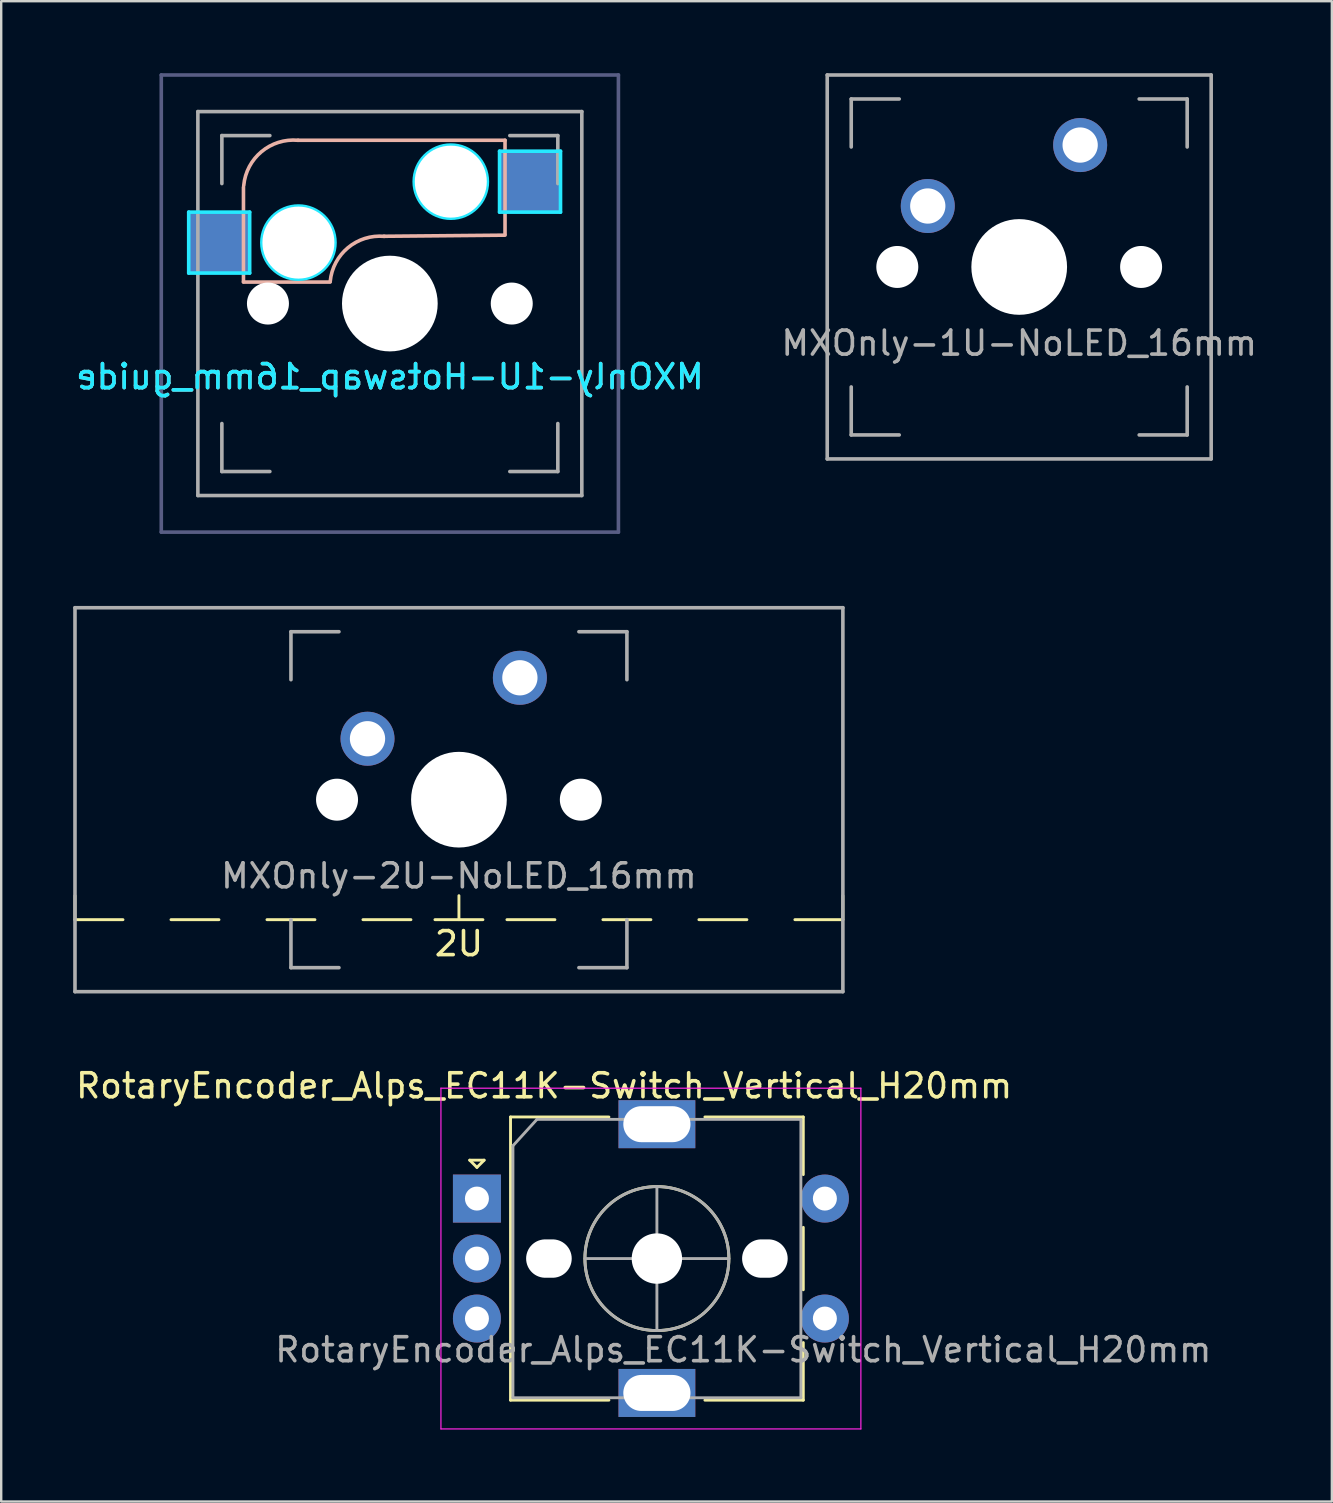
<source format=kicad_pcb>
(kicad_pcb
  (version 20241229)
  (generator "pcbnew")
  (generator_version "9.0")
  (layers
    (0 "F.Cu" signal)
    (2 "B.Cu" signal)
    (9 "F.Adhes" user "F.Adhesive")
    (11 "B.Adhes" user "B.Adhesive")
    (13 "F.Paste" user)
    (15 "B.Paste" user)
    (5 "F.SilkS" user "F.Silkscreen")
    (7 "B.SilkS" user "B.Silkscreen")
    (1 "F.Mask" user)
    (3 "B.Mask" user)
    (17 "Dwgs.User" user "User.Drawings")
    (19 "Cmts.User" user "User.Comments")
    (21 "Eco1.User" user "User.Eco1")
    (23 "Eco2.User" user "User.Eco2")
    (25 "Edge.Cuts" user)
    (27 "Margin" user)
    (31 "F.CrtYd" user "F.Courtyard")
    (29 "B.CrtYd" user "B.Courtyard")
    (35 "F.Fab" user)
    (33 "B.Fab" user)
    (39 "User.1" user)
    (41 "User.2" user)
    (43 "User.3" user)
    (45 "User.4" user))
  (footprint "MXOnly-2U-NoLED_16mm"
    (layer "F.Cu")
    (at 16.075 30.275)
    (property "Reference" "MXOnly-2U-NoLED_16mm" (at 0 3.175 0) (layer "F.Fab") (effects (font (size 1 1) (thickness 0.15))))
    (attr through_hole)
    (fp_line (start -16 5) (end -16 4) (stroke (width 0.12) (type solid)) (layer "F.SilkS"))
    (fp_line (start -14 5) (end -16 5) (stroke (width 0.12) (type solid)) (layer "F.SilkS"))
    (fp_line (start -10 5) (end -12 5) (stroke (width 0.12) (type solid)) (layer "F.SilkS"))
    (fp_line (start -6 5) (end -8 5) (stroke (width 0.12) (type solid)) (layer "F.SilkS"))
    (fp_line (start -2 5) (end -4 5) (stroke (width 0.12) (type solid)) (layer "F.SilkS"))
    (fp_line (start 0 4) (end 0 5) (stroke (width 0.12) (type solid)) (layer "F.SilkS"))
    (fp_line (start 1 5) (end -1 5) (stroke (width 0.12) (type solid)) (layer "F.SilkS"))
    (fp_line (start 4 5) (end 2 5) (stroke (width 0.12) (type solid)) (layer "F.SilkS"))
    (fp_line (start 8 5) (end 6 5) (stroke (width 0.12) (type solid)) (layer "F.SilkS"))
    (fp_line (start 12 5) (end 10 5) (stroke (width 0.12) (type solid)) (layer "F.SilkS"))
    (fp_line (start 16 4) (end 16 5) (stroke (width 0.12) (type solid)) (layer "F.SilkS"))
    (fp_line (start 16 5) (end 14 5) (stroke (width 0.12) (type solid)) (layer "F.SilkS"))
    (fp_line (start -16 -8) (end 16 -8) (stroke (width 0.15) (type solid)) (layer "F.Fab"))
    (fp_line (start -16 8) (end -16 -8) (stroke (width 0.15) (type solid)) (layer "F.Fab"))
    (fp_line (start -7 -7) (end -7 -5) (stroke (width 0.15) (type solid)) (layer "F.Fab"))
    (fp_line (start -7 5) (end -7 7) (stroke (width 0.15) (type solid)) (layer "F.Fab"))
    (fp_line (start -7 7) (end -5 7) (stroke (width 0.15) (type solid)) (layer "F.Fab"))
    (fp_line (start -5 -7) (end -7 -7) (stroke (width 0.15) (type solid)) (layer "F.Fab"))
    (fp_line (start 5 -7) (end 7 -7) (stroke (width 0.15) (type solid)) (layer "F.Fab"))
    (fp_line (start 5 7) (end 7 7) (stroke (width 0.15) (type solid)) (layer "F.Fab"))
    (fp_line (start 7 -7) (end 7 -5) (stroke (width 0.15) (type solid)) (layer "F.Fab"))
    (fp_line (start 7 7) (end 7 5) (stroke (width 0.15) (type solid)) (layer "F.Fab"))
    (fp_line (start 16 -8) (end 16 8) (stroke (width 0.15) (type solid)) (layer "F.Fab"))
    (fp_line (start 16 8) (end -16 8) (stroke (width 0.15) (type solid)) (layer "F.Fab"))
    (fp_text user "2U" (at 0 6 0) (layer "F.SilkS") (effects (font (size 1 1) (thickness 0.15))))
    (pad "" np_thru_hole circle (at -5.08 0 48.1) (size 1.75 1.75) (drill 1.75) (layers "*.Cu" "*.Mask"))
    (pad "" np_thru_hole circle (at 0 0) (size 3.988 3.988) (drill 3.988) (layers "*.Cu" "*.Mask"))
    (pad "" np_thru_hole circle (at 5.08 0 48.1) (size 1.75 1.75) (drill 1.75) (layers "*.Cu" "*.Mask"))
    (pad "1" thru_hole circle (at -3.81 -2.54) (size 2.25 2.25) (drill 1.47) (layers "*.Cu" "B.Mask"))
    (pad "2" thru_hole circle (at 2.54 -5.08) (size 2.25 2.25) (drill 1.47) (layers "*.Cu" "B.Mask")))
  (footprint "MXOnly-1U-NoLED_16mm"
    (layer "F.Cu")
    (at 39.423 8.075)
    (property "Reference" "MXOnly-1U-NoLED_16mm" (at 0 3.175 0) (layer "F.Fab") (effects (font (size 1 1) (thickness 0.15))))
    (attr through_hole)
    (fp_line (start -8 -8) (end 8 -8) (stroke (width 0.15) (type solid)) (layer "F.Fab"))
    (fp_line (start -8 8) (end -8 -8) (stroke (width 0.15) (type solid)) (layer "F.Fab"))
    (fp_line (start -7 -7) (end -7 -5) (stroke (width 0.15) (type solid)) (layer "F.Fab"))
    (fp_line (start -7 5) (end -7 7) (stroke (width 0.15) (type solid)) (layer "F.Fab"))
    (fp_line (start -7 7) (end -5 7) (stroke (width 0.15) (type solid)) (layer "F.Fab"))
    (fp_line (start -5 -7) (end -7 -7) (stroke (width 0.15) (type solid)) (layer "F.Fab"))
    (fp_line (start 5 -7) (end 7 -7) (stroke (width 0.15) (type solid)) (layer "F.Fab"))
    (fp_line (start 5 7) (end 7 7) (stroke (width 0.15) (type solid)) (layer "F.Fab"))
    (fp_line (start 7 -7) (end 7 -5) (stroke (width 0.15) (type solid)) (layer "F.Fab"))
    (fp_line (start 7 7) (end 7 5) (stroke (width 0.15) (type solid)) (layer "F.Fab"))
    (fp_line (start 8 -8) (end 8 8) (stroke (width 0.15) (type solid)) (layer "F.Fab"))
    (fp_line (start 8 8) (end -8 8) (stroke (width 0.15) (type solid)) (layer "F.Fab"))
    (pad "" np_thru_hole circle (at -5.08 0 48.1) (size 1.75 1.75) (drill 1.75) (layers "*.Cu" "*.Mask"))
    (pad "" np_thru_hole circle (at 0 0) (size 3.988 3.988) (drill 3.988) (layers "*.Cu" "*.Mask"))
    (pad "" np_thru_hole circle (at 5.08 0 48.1) (size 1.75 1.75) (drill 1.75) (layers "*.Cu" "*.Mask"))
    (pad "1" thru_hole circle (at -3.81 -2.54) (size 2.25 2.25) (drill 1.47) (layers "*.Cu" "B.Mask"))
    (pad "2" thru_hole circle (at 2.54 -5.08) (size 2.25 2.25) (drill 1.47) (layers "*.Cu" "B.Mask")))
  (footprint "RotaryEncoder_Alps_EC11K-Switch_Vertical_H20mm"
    (layer "F.Cu")
    (at 16.825 46.898)
    (property "Reference" "RotaryEncoder_Alps_EC11K-Switch_Vertical_H20mm" (at 2.8 -4.7 0) (layer "F.SilkS") (effects (font (size 1 1) (thickness 0.15))))
    (attr through_hole)
    (fp_line (start -0.3 -1.6) (end 0.3 -1.6) (stroke (width 0.12) (type solid)) (layer "F.SilkS"))
    (fp_line (start 0 -1.3) (end -0.3 -1.6) (stroke (width 0.12) (type solid)) (layer "F.SilkS"))
    (fp_line (start 0.3 -1.6) (end 0 -1.3) (stroke (width 0.12) (type solid)) (layer "F.SilkS"))
    (fp_line (start 1.4 -3.4) (end 1.4 8.4) (stroke (width 0.12) (type solid)) (layer "F.SilkS"))
    (fp_line (start 5.5 -3.4) (end 1.4 -3.4) (stroke (width 0.12) (type solid)) (layer "F.SilkS"))
    (fp_line (start 5.5 8.4) (end 1.4 8.4) (stroke (width 0.12) (type solid)) (layer "F.SilkS"))
    (fp_line (start 7 2.5) (end 8 2.5) (stroke (width 0.12) (type solid)) (layer "F.SilkS"))
    (fp_line (start 7.5 2) (end 7.5 3) (stroke (width 0.12) (type solid)) (layer "F.SilkS"))
    (fp_line (start 9.5 -3.4) (end 13.6 -3.4) (stroke (width 0.12) (type solid)) (layer "F.SilkS"))
    (fp_line (start 13.6 -3.4) (end 13.6 -1) (stroke (width 0.12) (type solid)) (layer "F.SilkS"))
    (fp_line (start 13.6 1.2) (end 13.6 3.8) (stroke (width 0.12) (type solid)) (layer "F.SilkS"))
    (fp_line (start 13.6 6) (end 13.6 8.4) (stroke (width 0.12) (type solid)) (layer "F.SilkS"))
    (fp_line (start 13.6 8.4) (end 9.5 8.4) (stroke (width 0.12) (type solid)) (layer "F.SilkS"))
    (fp_circle (center 7.5 2.5) (end 10.5 2.5) (stroke (width 0.12) (type solid)) (fill no) (layer "F.SilkS"))
    (fp_line (start -1.5 -4.6) (end -1.5 9.6) (stroke (width 0.05) (type solid)) (layer "F.CrtYd"))
    (fp_line (start -1.5 -4.6) (end 16 -4.6) (stroke (width 0.05) (type solid)) (layer "F.CrtYd"))
    (fp_line (start 16 9.6) (end -1.5 9.6) (stroke (width 0.05) (type solid)) (layer "F.CrtYd"))
    (fp_line (start 16 9.6) (end 16 -4.6) (stroke (width 0.05) (type solid)) (layer "F.CrtYd"))
    (fp_line (start 1.5 -2.2) (end 2.5 -3.3) (stroke (width 0.12) (type solid)) (layer "F.Fab"))
    (fp_line (start 1.5 8.3) (end 1.5 -2.2) (stroke (width 0.12) (type solid)) (layer "F.Fab"))
    (fp_line (start 2.5 -3.3) (end 13.5 -3.3) (stroke (width 0.12) (type solid)) (layer "F.Fab"))
    (fp_line (start 4.5 2.5) (end 10.5 2.5) (stroke (width 0.12) (type solid)) (layer "F.Fab"))
    (fp_line (start 7.5 -0.5) (end 7.5 5.5) (stroke (width 0.12) (type solid)) (layer "F.Fab"))
    (fp_line (start 13.5 -3.3) (end 13.5 8.3) (stroke (width 0.12) (type solid)) (layer "F.Fab"))
    (fp_line (start 13.5 8.3) (end 1.5 8.3) (stroke (width 0.12) (type solid)) (layer "F.Fab"))
    (fp_circle (center 7.5 2.5) (end 10.5 2.5) (stroke (width 0.12) (type solid)) (fill no) (layer "F.Fab"))
    (fp_text user "${REFERENCE}" (at 11.1 6.3 0) (layer "F.Fab") (effects (font (size 1 1) (thickness 0.15))))
    (pad "" np_thru_hole oval (at 3 2.5) (size 1.9 1.6) (drill oval 1.9 1.6) (layers "*.Cu" "*.Mask"))
    (pad "" np_thru_hole circle (at 7.5 2.5) (size 2.1 2.1) (drill 2.1) (layers "*.Cu" "*.Mask"))
    (pad "" np_thru_hole oval (at 12 2.5) (size 1.9 1.6) (drill oval 1.9 1.6) (layers "*.Cu" "*.Mask"))
    (pad "A" thru_hole rect (at 0 0) (size 2 2) (drill 1) (layers "*.Cu" "*.Mask"))
    (pad "B" thru_hole circle (at 0 5) (size 2 2) (drill 1) (layers "*.Cu" "*.Mask"))
    (pad "C" thru_hole circle (at 0 2.5) (size 2 2) (drill 1) (layers "*.Cu" "*.Mask"))
    (pad "MP" thru_hole rect (at 7.5 -3.1) (size 3.2 2) (drill oval 2.8 1.5) (layers "*.Cu" "*.Mask"))
    (pad "MP" thru_hole rect (at 7.5 8.1) (size 3.2 2) (drill oval 2.8 1.5) (layers "*.Cu" "*.Mask"))
    (pad "S1" thru_hole circle (at 14.5 5) (size 2 2) (drill 1) (layers "*.Cu" "*.Mask"))
    (pad "S2" thru_hole circle (at 14.5 0) (size 2 2) (drill 1) (layers "*.Cu" "*.Mask")))
  (footprint "MXOnly-1U-Hotswap_16mm_guide"
    (layer "F.Cu")
    (at 13.196 9.6)
    (property "Reference" "MXOnly-1U-Hotswap_16mm_guide" (at 0 3.048 0) (layer "B.CrtYd") (effects (font (size 1 1) (thickness 0.15)) (justify mirror)))
    (attr smd)
    (fp_line (start -6.1 -4.85) (end -6.1 -0.905) (stroke (width 0.15) (type solid)) (layer "B.SilkS"))
    (fp_line (start -6.1 -0.896) (end -2.49 -0.896) (stroke (width 0.15) (type solid)) (layer "B.SilkS"))
    (fp_line (start 4.8 -6.804) (end -3.825 -6.804) (stroke (width 0.15) (type solid)) (layer "B.SilkS"))
    (fp_line (start 4.8 -2.896) (end 4.8 -6.804) (stroke (width 0.15) (type solid)) (layer "B.SilkS"))
    (fp_line (start 4.8 -2.85) (end -0.25 -2.804) (stroke (width 0.15) (type solid)) (layer "B.SilkS"))
    (fp_arc (start -6.089 -4.92) (mid -5.347189 -6.33089) (end -3.825 -6.804) (stroke (width 0.15) (type solid)) (layer "B.SilkS"))
    (fp_arc (start -2.485 -0.92) (mid -1.744361 -2.328061) (end -0.225 -2.8) (stroke (width 0.15) (type solid)) (layer "B.SilkS"))
    (fp_line (start -8.382 -3.81) (end -8.382 -1.27) (stroke (width 0.15) (type solid)) (layer "B.CrtYd"))
    (fp_line (start -8.382 -1.27) (end -5.842 -1.27) (stroke (width 0.15) (type solid)) (layer "B.CrtYd"))
    (fp_line (start -5.842 -3.81) (end -8.382 -3.81) (stroke (width 0.15) (type solid)) (layer "B.CrtYd"))
    (fp_line (start -5.842 -1.27) (end -5.842 -3.81) (stroke (width 0.15) (type solid)) (layer "B.CrtYd"))
    (fp_line (start 4.572 -6.35) (end 7.112 -6.35) (stroke (width 0.15) (type solid)) (layer "B.CrtYd"))
    (fp_line (start 4.572 -3.81) (end 4.572 -6.35) (stroke (width 0.15) (type solid)) (layer "B.CrtYd"))
    (fp_line (start 7.112 -6.35) (end 7.112 -3.81) (stroke (width 0.15) (type solid)) (layer "B.CrtYd"))
    (fp_line (start 7.112 -3.81) (end 4.572 -3.81) (stroke (width 0.15) (type solid)) (layer "B.CrtYd"))
    (fp_circle (center -3.81 -2.54) (end -3.81 -4.064) (stroke (width 0.15) (type solid)) (fill no) (layer "B.CrtYd"))
    (fp_circle (center 2.54 -5.08) (end 2.54 -6.604) (stroke (width 0.15) (type solid)) (fill no) (layer "B.CrtYd"))
    (fp_line (start -9.525 -9.525) (end 9.525 -9.525) (stroke (width 0.15) (type solid)) (layer "B.Fab"))
    (fp_line (start -9.525 9.525) (end -9.525 -9.525) (stroke (width 0.15) (type solid)) (layer "B.Fab"))
    (fp_line (start 9.525 -9.525) (end 9.525 9.525) (stroke (width 0.15) (type solid)) (layer "B.Fab"))
    (fp_line (start 9.525 9.525) (end -9.525 9.525) (stroke (width 0.15) (type solid)) (layer "B.Fab"))
    (fp_line (start -8 8) (end -8 -8) (stroke (width 0.15) (type solid)) (layer "F.Fab"))
    (fp_line (start -7 -7) (end -7 -5) (stroke (width 0.15) (type solid)) (layer "F.Fab"))
    (fp_line (start -7 5) (end -7 7) (stroke (width 0.15) (type solid)) (layer "F.Fab"))
    (fp_line (start -7 7) (end -5 7) (stroke (width 0.15) (type solid)) (layer "F.Fab"))
    (fp_line (start -5 -7) (end -7 -7) (stroke (width 0.15) (type solid)) (layer "F.Fab"))
    (fp_line (start 5 -7) (end 7 -7) (stroke (width 0.15) (type solid)) (layer "F.Fab"))
    (fp_line (start 5 7) (end 7 7) (stroke (width 0.15) (type solid)) (layer "F.Fab"))
    (fp_line (start 7 -7) (end 7 -5) (stroke (width 0.15) (type solid)) (layer "F.Fab"))
    (fp_line (start 7 7) (end 7 5) (stroke (width 0.15) (type solid)) (layer "F.Fab"))
    (fp_line (start 8 -8) (end -8 -8) (stroke (width 0.15) (type solid)) (layer "F.Fab"))
    (fp_line (start 8 -8) (end 8 8) (stroke (width 0.15) (type solid)) (layer "F.Fab"))
    (fp_line (start 8 8) (end -8 8) (stroke (width 0.15) (type solid)) (layer "F.Fab"))
    (fp_text user "${REFERENCE}" (at 0 3.048 0) (layer "B.SilkS") (effects (font (size 1 1) (thickness 0.15)) (justify mirror)))
    (pad "" np_thru_hole circle (at -5.08 0 48.1) (size 1.75 1.75) (drill 1.75) (layers "*.Cu" "*.Mask"))
    (pad "" np_thru_hole circle (at -3.81 -2.54) (size 3 3) (drill 3) (layers "*.Cu" "*.Mask"))
    (pad "" np_thru_hole circle (at 0 0) (size 3.988 3.988) (drill 3.988) (layers "*.Cu" "*.Mask"))
    (pad "" np_thru_hole circle (at 2.54 -5.08) (size 3 3) (drill 3) (layers "*.Cu" "*.Mask"))
    (pad "" np_thru_hole circle (at 5.08 0 48.1) (size 1.75 1.75) (drill 1.75) (layers "*.Cu" "*.Mask"))
    (pad "1" smd rect (at -7.085 -2.54) (size 2.55 2.5) (layers "B.Cu" "B.Mask" "B.Paste"))
    (pad "2" smd rect (at 5.842 -5.08) (size 2.55 2.5) (layers "B.Cu" "B.Mask" "B.Paste")))
  (gr_rect
    (start -3 -3)
    (end 52.452 59.523)
    (stroke (width 0.1) (type default))
    (fill no)
    (layer "Edge.Cuts")))
</source>
